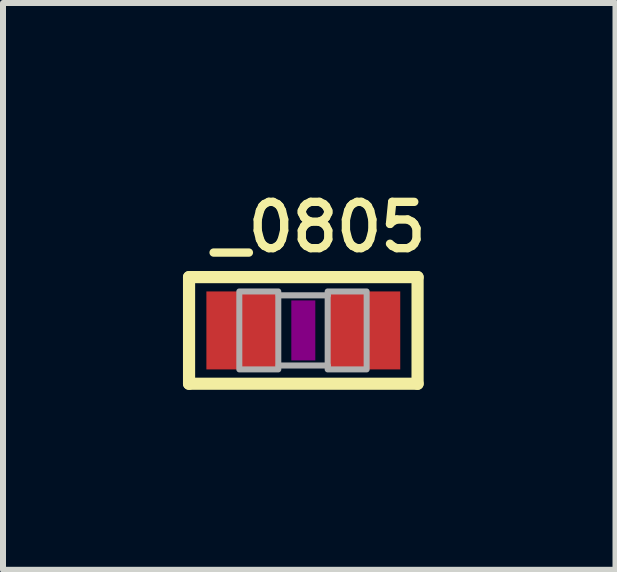
<source format=kicad_pcb>
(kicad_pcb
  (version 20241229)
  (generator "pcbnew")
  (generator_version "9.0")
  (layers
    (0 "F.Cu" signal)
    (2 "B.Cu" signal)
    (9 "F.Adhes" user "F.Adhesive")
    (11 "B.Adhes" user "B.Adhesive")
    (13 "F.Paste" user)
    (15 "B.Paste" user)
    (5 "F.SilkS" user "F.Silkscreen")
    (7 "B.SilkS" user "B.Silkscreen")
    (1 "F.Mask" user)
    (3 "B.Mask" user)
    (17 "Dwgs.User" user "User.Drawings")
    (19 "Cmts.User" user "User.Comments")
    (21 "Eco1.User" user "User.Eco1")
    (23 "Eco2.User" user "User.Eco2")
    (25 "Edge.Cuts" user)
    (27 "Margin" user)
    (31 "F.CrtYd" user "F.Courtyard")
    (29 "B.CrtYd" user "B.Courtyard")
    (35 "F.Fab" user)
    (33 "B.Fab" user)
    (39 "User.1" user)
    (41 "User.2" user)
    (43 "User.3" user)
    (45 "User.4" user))
  (footprint "_0805"
    (layer "F.Cu")
    (at 2.007 2.459)
    (property "Reference" "_0805" (at -1.587 -1.27 0) (layer "F.SilkS") (effects (font (size 0.772 0.772) (thickness 0.139)) (justify left bottom)))
    (attr through_hole)
    (fp_line (start -1.905 -0.889) (end 1.905 -0.889) (stroke (width 0.203) (type solid)) (layer "F.SilkS"))
    (fp_line (start -1.905 0.889) (end -1.905 -0.889) (stroke (width 0.203) (type solid)) (layer "F.SilkS"))
    (fp_line (start 1.905 -0.889) (end 1.905 0.889) (stroke (width 0.203) (type solid)) (layer "F.SilkS"))
    (fp_line (start 1.905 0.889) (end -1.905 0.889) (stroke (width 0.203) (type solid)) (layer "F.SilkS"))
    (fp_poly (pts (xy -0.2 0.5) (xy 0.2 0.5) (xy 0.2 -0.5) (xy -0.2 -0.5)) (stroke (width 0) (type solid)) (fill yes) (layer "F.Adhes"))
    (fp_line (start -0.41 -0.585) (end 0.41 -0.585) (stroke (width 0.102) (type solid)) (layer "F.Fab"))
    (fp_line (start -0.41 0.585) (end 0.41 0.585) (stroke (width 0.102) (type solid)) (layer "F.Fab"))
    (fp_poly (pts (xy -1.067 0.65) (xy -0.417 0.65) (xy -0.417 -0.65) (xy -1.067 -0.65)) (stroke (width 0.1) (type solid)) (fill no) (layer "F.Fab"))
    (fp_poly (pts (xy 0.406 0.65) (xy 1.056 0.65) (xy 1.056 -0.65) (xy 0.406 -0.65)) (stroke (width 0.1) (type solid)) (fill no) (layer "F.Fab"))
    (pad "1" smd rect (at -1.016 0) (size 1.2 1.3) (layers "F.Cu" "F.Mask" "F.Paste"))
    (pad "2" smd rect (at 1.016 0) (size 1.2 1.3) (layers "F.Cu" "F.Mask" "F.Paste")))
  (gr_rect
    (start -3 -3)
    (end 7.212 6.45)
    (stroke (width 0.1) (type default))
    (fill no)
    (layer "Edge.Cuts")))
</source>
